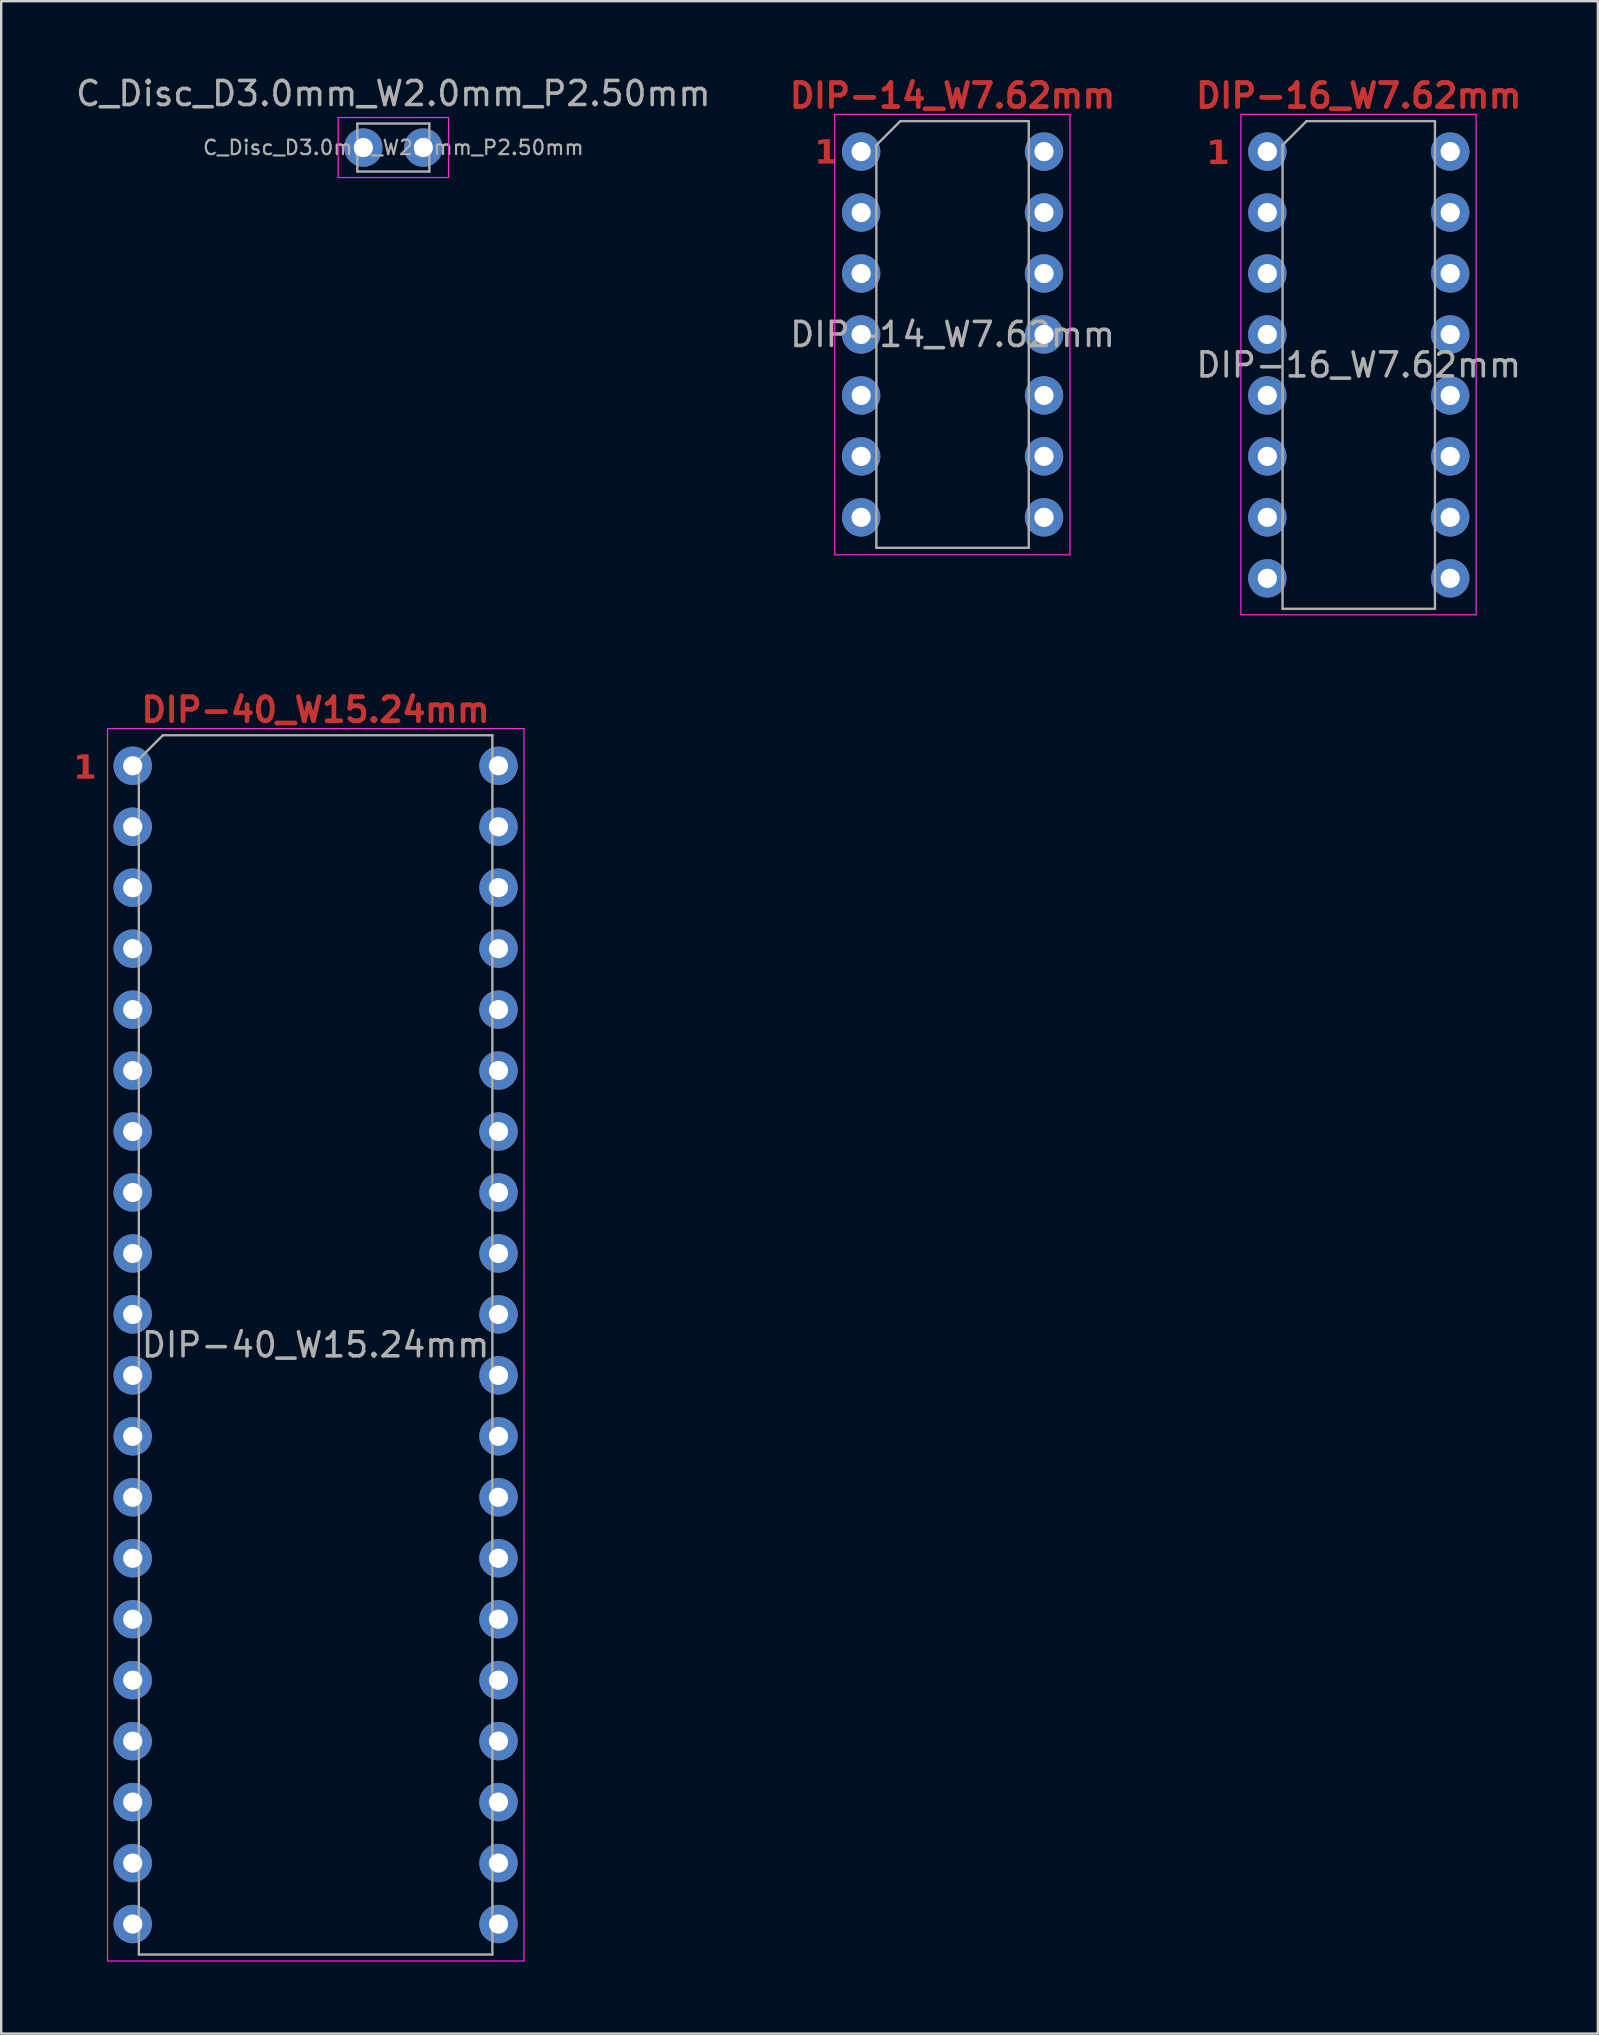
<source format=kicad_pcb>
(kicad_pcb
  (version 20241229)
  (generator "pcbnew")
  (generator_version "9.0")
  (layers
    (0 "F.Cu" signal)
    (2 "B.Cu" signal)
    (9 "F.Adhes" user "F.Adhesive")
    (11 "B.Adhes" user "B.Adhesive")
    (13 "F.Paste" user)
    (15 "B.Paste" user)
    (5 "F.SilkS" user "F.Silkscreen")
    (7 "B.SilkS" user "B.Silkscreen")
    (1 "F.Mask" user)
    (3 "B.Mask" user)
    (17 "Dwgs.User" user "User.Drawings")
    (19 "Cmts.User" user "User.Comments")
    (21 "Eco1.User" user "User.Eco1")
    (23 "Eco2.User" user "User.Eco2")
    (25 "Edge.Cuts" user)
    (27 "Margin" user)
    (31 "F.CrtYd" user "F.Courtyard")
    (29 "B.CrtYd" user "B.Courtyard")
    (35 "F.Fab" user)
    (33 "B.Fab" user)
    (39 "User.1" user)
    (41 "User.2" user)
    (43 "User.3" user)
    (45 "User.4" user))
  (footprint "DIP-40_W15.24mm"
    (layer "F.Cu")
    (at 2.48 28.857)
    (property "Reference" "DIP-40_W15.24mm" (at 7.62 -2.33 0) (layer "F.Cu") (effects (font (size 1 1) (thickness 0.2) (bold yes))))
    (attr through_hole)
    (fp_line (start -1.05 -1.55) (end -1.05 49.8) (stroke (width 0.05) (type solid)) (layer "F.CrtYd"))
    (fp_line (start -1.05 49.8) (end 16.3 49.8) (stroke (width 0.05) (type solid)) (layer "F.CrtYd"))
    (fp_line (start 16.3 -1.55) (end -1.05 -1.55) (stroke (width 0.05) (type solid)) (layer "F.CrtYd"))
    (fp_line (start 16.3 49.8) (end 16.3 -1.55) (stroke (width 0.05) (type solid)) (layer "F.CrtYd"))
    (fp_line (start 0.255 -0.27) (end 1.255 -1.27) (stroke (width 0.1) (type solid)) (layer "F.Fab"))
    (fp_line (start 0.255 49.53) (end 0.255 -0.27) (stroke (width 0.1) (type solid)) (layer "F.Fab"))
    (fp_line (start 1.255 -1.27) (end 14.985 -1.27) (stroke (width 0.1) (type solid)) (layer "F.Fab"))
    (fp_line (start 14.985 -1.27) (end 14.985 49.53) (stroke (width 0.1) (type solid)) (layer "F.Fab"))
    (fp_line (start 14.985 49.53) (end 0.255 49.53) (stroke (width 0.1) (type solid)) (layer "F.Fab"))
    (fp_text user "1" (at -2.48 0.71 0) (unlocked yes) (layer "F.Cu") (effects (font (face "Futura Std") (size 1 1) (thickness 0.2) (bold yes)) (justify left bottom)))
    (fp_text user "${REFERENCE}" (at 7.62 24.13 0) (layer "F.Fab") (effects (font (size 1 1) (thickness 0.15))))
    (pad "1" thru_hole oval (at 0 0) (size 1.6 1.6) (drill 0.8) (layers "*.Cu" "*.Mask"))
    (pad "2" thru_hole oval (at 0 2.54) (size 1.6 1.6) (drill 0.8) (layers "*.Cu" "*.Mask"))
    (pad "3" thru_hole oval (at 0 5.08) (size 1.6 1.6) (drill 0.8) (layers "*.Cu" "*.Mask"))
    (pad "4" thru_hole oval (at 0 7.62) (size 1.6 1.6) (drill 0.8) (layers "*.Cu" "*.Mask"))
    (pad "5" thru_hole oval (at 0 10.16) (size 1.6 1.6) (drill 0.8) (layers "*.Cu" "*.Mask"))
    (pad "6" thru_hole oval (at 0 12.7) (size 1.6 1.6) (drill 0.8) (layers "*.Cu" "*.Mask"))
    (pad "7" thru_hole oval (at 0 15.24) (size 1.6 1.6) (drill 0.8) (layers "*.Cu" "*.Mask"))
    (pad "8" thru_hole oval (at 0 17.78) (size 1.6 1.6) (drill 0.8) (layers "*.Cu" "*.Mask"))
    (pad "9" thru_hole oval (at 0 20.32) (size 1.6 1.6) (drill 0.8) (layers "*.Cu" "*.Mask"))
    (pad "10" thru_hole oval (at 0 22.86) (size 1.6 1.6) (drill 0.8) (layers "*.Cu" "*.Mask"))
    (pad "11" thru_hole oval (at 0 25.4) (size 1.6 1.6) (drill 0.8) (layers "*.Cu" "*.Mask"))
    (pad "12" thru_hole oval (at 0 27.94) (size 1.6 1.6) (drill 0.8) (layers "*.Cu" "*.Mask"))
    (pad "13" thru_hole oval (at 0 30.48) (size 1.6 1.6) (drill 0.8) (layers "*.Cu" "*.Mask"))
    (pad "14" thru_hole oval (at 0 33.02) (size 1.6 1.6) (drill 0.8) (layers "*.Cu" "*.Mask"))
    (pad "15" thru_hole oval (at 0 35.56) (size 1.6 1.6) (drill 0.8) (layers "*.Cu" "*.Mask"))
    (pad "16" thru_hole oval (at 0 38.1) (size 1.6 1.6) (drill 0.8) (layers "*.Cu" "*.Mask"))
    (pad "17" thru_hole oval (at 0 40.64) (size 1.6 1.6) (drill 0.8) (layers "*.Cu" "*.Mask"))
    (pad "18" thru_hole oval (at 0 43.18) (size 1.6 1.6) (drill 0.8) (layers "*.Cu" "*.Mask"))
    (pad "19" thru_hole oval (at 0 45.72) (size 1.6 1.6) (drill 0.8) (layers "*.Cu" "*.Mask"))
    (pad "20" thru_hole oval (at 0 48.26) (size 1.6 1.6) (drill 0.8) (layers "*.Cu" "*.Mask"))
    (pad "21" thru_hole oval (at 15.24 48.26) (size 1.6 1.6) (drill 0.8) (layers "*.Cu" "*.Mask"))
    (pad "22" thru_hole oval (at 15.24 45.72) (size 1.6 1.6) (drill 0.8) (layers "*.Cu" "*.Mask"))
    (pad "23" thru_hole oval (at 15.24 43.18) (size 1.6 1.6) (drill 0.8) (layers "*.Cu" "*.Mask"))
    (pad "24" thru_hole oval (at 15.24 40.64) (size 1.6 1.6) (drill 0.8) (layers "*.Cu" "*.Mask"))
    (pad "25" thru_hole oval (at 15.24 38.1) (size 1.6 1.6) (drill 0.8) (layers "*.Cu" "*.Mask"))
    (pad "26" thru_hole oval (at 15.24 35.56) (size 1.6 1.6) (drill 0.8) (layers "*.Cu" "*.Mask"))
    (pad "27" thru_hole oval (at 15.24 33.02) (size 1.6 1.6) (drill 0.8) (layers "*.Cu" "*.Mask"))
    (pad "28" thru_hole oval (at 15.24 30.48) (size 1.6 1.6) (drill 0.8) (layers "*.Cu" "*.Mask"))
    (pad "29" thru_hole oval (at 15.24 27.94) (size 1.6 1.6) (drill 0.8) (layers "*.Cu" "*.Mask"))
    (pad "30" thru_hole oval (at 15.24 25.4) (size 1.6 1.6) (drill 0.8) (layers "*.Cu" "*.Mask"))
    (pad "31" thru_hole oval (at 15.24 22.86) (size 1.6 1.6) (drill 0.8) (layers "*.Cu" "*.Mask"))
    (pad "32" thru_hole oval (at 15.24 20.32) (size 1.6 1.6) (drill 0.8) (layers "*.Cu" "*.Mask"))
    (pad "33" thru_hole oval (at 15.24 17.78) (size 1.6 1.6) (drill 0.8) (layers "*.Cu" "*.Mask"))
    (pad "34" thru_hole oval (at 15.24 15.24) (size 1.6 1.6) (drill 0.8) (layers "*.Cu" "*.Mask"))
    (pad "35" thru_hole oval (at 15.24 12.7) (size 1.6 1.6) (drill 0.8) (layers "*.Cu" "*.Mask"))
    (pad "36" thru_hole oval (at 15.24 10.16) (size 1.6 1.6) (drill 0.8) (layers "*.Cu" "*.Mask"))
    (pad "37" thru_hole oval (at 15.24 7.62) (size 1.6 1.6) (drill 0.8) (layers "*.Cu" "*.Mask"))
    (pad "38" thru_hole oval (at 15.24 5.08) (size 1.6 1.6) (drill 0.8) (layers "*.Cu" "*.Mask"))
    (pad "39" thru_hole oval (at 15.24 2.54) (size 1.6 1.6) (drill 0.8) (layers "*.Cu" "*.Mask"))
    (pad "40" thru_hole oval (at 15.24 0) (size 1.6 1.6) (drill 0.8) (layers "*.Cu" "*.Mask")))
  (footprint "DIP-14_W7.62mm"
    (layer "F.Cu")
    (at 32.83 3.266)
    (property "Reference" "DIP-14_W7.62mm" (at 3.81 -2.33 0) (layer "F.Cu") (effects (font (size 1 1) (thickness 0.2) (bold yes))))
    (attr through_hole)
    (fp_line (start -1.1 -1.55) (end -1.1 16.8) (stroke (width 0.05) (type solid)) (layer "F.CrtYd"))
    (fp_line (start -1.1 16.8) (end 8.7 16.8) (stroke (width 0.05) (type solid)) (layer "F.CrtYd"))
    (fp_line (start 8.7 -1.55) (end -1.1 -1.55) (stroke (width 0.05) (type solid)) (layer "F.CrtYd"))
    (fp_line (start 8.7 16.8) (end 8.7 -1.55) (stroke (width 0.05) (type solid)) (layer "F.CrtYd"))
    (fp_line (start 0.635 -0.27) (end 1.635 -1.27) (stroke (width 0.1) (type solid)) (layer "F.Fab"))
    (fp_line (start 0.635 16.51) (end 0.635 -0.27) (stroke (width 0.1) (type solid)) (layer "F.Fab"))
    (fp_line (start 1.635 -1.27) (end 6.985 -1.27) (stroke (width 0.1) (type solid)) (layer "F.Fab"))
    (fp_line (start 6.985 -1.27) (end 6.985 16.51) (stroke (width 0.1) (type solid)) (layer "F.Fab"))
    (fp_line (start 6.985 16.51) (end 0.635 16.51) (stroke (width 0.1) (type solid)) (layer "F.Fab"))
    (fp_text user "1" (at -1.95 0.67 0) (unlocked yes) (layer "F.Cu") (effects (font (face "Futura Std") (size 1 1) (thickness 0.2) (bold yes)) (justify left bottom)))
    (fp_text user "${REFERENCE}" (at 3.81 7.62 0) (layer "F.Fab") (effects (font (size 1 1) (thickness 0.15))))
    (pad "1" thru_hole oval (at 0 0) (size 1.6 1.6) (drill 0.8) (layers "*.Cu" "*.Mask"))
    (pad "2" thru_hole oval (at 0 2.54) (size 1.6 1.6) (drill 0.8) (layers "*.Cu" "*.Mask"))
    (pad "3" thru_hole oval (at 0 5.08) (size 1.6 1.6) (drill 0.8) (layers "*.Cu" "*.Mask"))
    (pad "4" thru_hole oval (at 0 7.62) (size 1.6 1.6) (drill 0.8) (layers "*.Cu" "*.Mask"))
    (pad "5" thru_hole oval (at 0 10.16) (size 1.6 1.6) (drill 0.8) (layers "*.Cu" "*.Mask"))
    (pad "6" thru_hole oval (at 0 12.7) (size 1.6 1.6) (drill 0.8) (layers "*.Cu" "*.Mask"))
    (pad "7" thru_hole oval (at 0 15.24) (size 1.6 1.6) (drill 0.8) (layers "*.Cu" "*.Mask"))
    (pad "8" thru_hole oval (at 7.62 15.24) (size 1.6 1.6) (drill 0.8) (layers "*.Cu" "*.Mask"))
    (pad "9" thru_hole oval (at 7.62 12.7) (size 1.6 1.6) (drill 0.8) (layers "*.Cu" "*.Mask"))
    (pad "10" thru_hole oval (at 7.62 10.16) (size 1.6 1.6) (drill 0.8) (layers "*.Cu" "*.Mask"))
    (pad "11" thru_hole oval (at 7.62 7.62) (size 1.6 1.6) (drill 0.8) (layers "*.Cu" "*.Mask"))
    (pad "12" thru_hole oval (at 7.62 5.08) (size 1.6 1.6) (drill 0.8) (layers "*.Cu" "*.Mask"))
    (pad "13" thru_hole oval (at 7.62 2.54) (size 1.6 1.6) (drill 0.8) (layers "*.Cu" "*.Mask"))
    (pad "14" thru_hole oval (at 7.62 0) (size 1.6 1.6) (drill 0.8) (layers "*.Cu" "*.Mask")))
  (footprint "C_Disc_D3.0mm_W2.0mm_P2.50mm"
    (layer "F.Cu")
    (at 12.089 3.098)
    (property "Reference" "C_Disc_D3.0mm_W2.0mm_P2.50mm" (at 1.25 -2.25 0) (layer "F.Fab") (effects (font (size 1 1) (thickness 0.15))))
    (attr through_hole)
    (fp_line (start -1.05 -1.25) (end -1.05 1.25) (stroke (width 0.05) (type solid)) (layer "F.CrtYd"))
    (fp_line (start -1.05 1.25) (end 3.55 1.25) (stroke (width 0.05) (type solid)) (layer "F.CrtYd"))
    (fp_line (start 3.55 -1.25) (end -1.05 -1.25) (stroke (width 0.05) (type solid)) (layer "F.CrtYd"))
    (fp_line (start 3.55 1.25) (end 3.55 -1.25) (stroke (width 0.05) (type solid)) (layer "F.CrtYd"))
    (fp_line (start -0.25 -1) (end -0.25 1) (stroke (width 0.1) (type solid)) (layer "F.Fab"))
    (fp_line (start -0.25 1) (end 2.75 1) (stroke (width 0.1) (type solid)) (layer "F.Fab"))
    (fp_line (start 2.75 -1) (end -0.25 -1) (stroke (width 0.1) (type solid)) (layer "F.Fab"))
    (fp_line (start 2.75 1) (end 2.75 -1) (stroke (width 0.1) (type solid)) (layer "F.Fab"))
    (fp_text user "${REFERENCE}" (at 1.25 0 0) (layer "F.Fab") (effects (font (size 0.6 0.6) (thickness 0.09))))
    (pad "1" thru_hole circle (at 0 0) (size 1.6 1.6) (drill 0.8) (layers "*.Cu" "*.Mask"))
    (pad "2" thru_hole circle (at 2.5 0) (size 1.6 1.6) (drill 0.8) (layers "*.Cu" "*.Mask")))
  (footprint "DIP-16_W7.62mm"
    (layer "F.Cu")
    (at 49.754 3.266)
    (property "Reference" "DIP-16_W7.62mm" (at 3.81 -2.33 0) (layer "F.Cu") (effects (font (size 1 1) (thickness 0.2) (bold yes))))
    (attr through_hole)
    (fp_line (start -1.1 -1.55) (end -1.1 19.3) (stroke (width 0.05) (type solid)) (layer "F.CrtYd"))
    (fp_line (start -1.1 19.3) (end 8.7 19.3) (stroke (width 0.05) (type solid)) (layer "F.CrtYd"))
    (fp_line (start 8.7 -1.55) (end -1.1 -1.55) (stroke (width 0.05) (type solid)) (layer "F.CrtYd"))
    (fp_line (start 8.7 19.3) (end 8.7 -1.55) (stroke (width 0.05) (type solid)) (layer "F.CrtYd"))
    (fp_line (start 0.635 -0.27) (end 1.635 -1.27) (stroke (width 0.1) (type solid)) (layer "F.Fab"))
    (fp_line (start 0.635 19.05) (end 0.635 -0.27) (stroke (width 0.1) (type solid)) (layer "F.Fab"))
    (fp_line (start 1.635 -1.27) (end 6.985 -1.27) (stroke (width 0.1) (type solid)) (layer "F.Fab"))
    (fp_line (start 6.985 -1.27) (end 6.985 19.05) (stroke (width 0.1) (type solid)) (layer "F.Fab"))
    (fp_line (start 6.985 19.05) (end 0.635 19.05) (stroke (width 0.1) (type solid)) (layer "F.Fab"))
    (fp_text user "1" (at -2.54 0.69 0) (unlocked yes) (layer "F.Cu") (effects (font (face "Futura Std") (size 1 1) (thickness 0.2) (bold yes)) (justify left bottom)))
    (fp_text user "${REFERENCE}" (at 3.81 8.89 0) (layer "F.Fab") (effects (font (size 1 1) (thickness 0.15))))
    (pad "1" thru_hole oval (at 0 0) (size 1.6 1.6) (drill 0.8) (layers "*.Cu" "*.Mask"))
    (pad "2" thru_hole oval (at 0 2.54) (size 1.6 1.6) (drill 0.8) (layers "*.Cu" "*.Mask"))
    (pad "3" thru_hole oval (at 0 5.08) (size 1.6 1.6) (drill 0.8) (layers "*.Cu" "*.Mask"))
    (pad "4" thru_hole oval (at 0 7.62) (size 1.6 1.6) (drill 0.8) (layers "*.Cu" "*.Mask"))
    (pad "5" thru_hole oval (at 0 10.16) (size 1.6 1.6) (drill 0.8) (layers "*.Cu" "*.Mask"))
    (pad "6" thru_hole oval (at 0 12.7) (size 1.6 1.6) (drill 0.8) (layers "*.Cu" "*.Mask"))
    (pad "7" thru_hole oval (at 0 15.24) (size 1.6 1.6) (drill 0.8) (layers "*.Cu" "*.Mask"))
    (pad "8" thru_hole oval (at 0 17.78) (size 1.6 1.6) (drill 0.8) (layers "*.Cu" "*.Mask"))
    (pad "9" thru_hole oval (at 7.62 17.78) (size 1.6 1.6) (drill 0.8) (layers "*.Cu" "*.Mask"))
    (pad "10" thru_hole oval (at 7.62 15.24) (size 1.6 1.6) (drill 0.8) (layers "*.Cu" "*.Mask"))
    (pad "11" thru_hole oval (at 7.62 12.7) (size 1.6 1.6) (drill 0.8) (layers "*.Cu" "*.Mask"))
    (pad "12" thru_hole oval (at 7.62 10.16) (size 1.6 1.6) (drill 0.8) (layers "*.Cu" "*.Mask"))
    (pad "13" thru_hole oval (at 7.62 7.62) (size 1.6 1.6) (drill 0.8) (layers "*.Cu" "*.Mask"))
    (pad "14" thru_hole oval (at 7.62 5.08) (size 1.6 1.6) (drill 0.8) (layers "*.Cu" "*.Mask"))
    (pad "15" thru_hole oval (at 7.62 2.54) (size 1.6 1.6) (drill 0.8) (layers "*.Cu" "*.Mask"))
    (pad "16" thru_hole oval (at 7.62 0) (size 1.6 1.6) (drill 0.8) (layers "*.Cu" "*.Mask")))
  (gr_rect
    (start -3 -3)
    (end 63.526 81.682)
    (stroke (width 0.1) (type default))
    (fill no)
    (layer "Edge.Cuts")))
</source>
